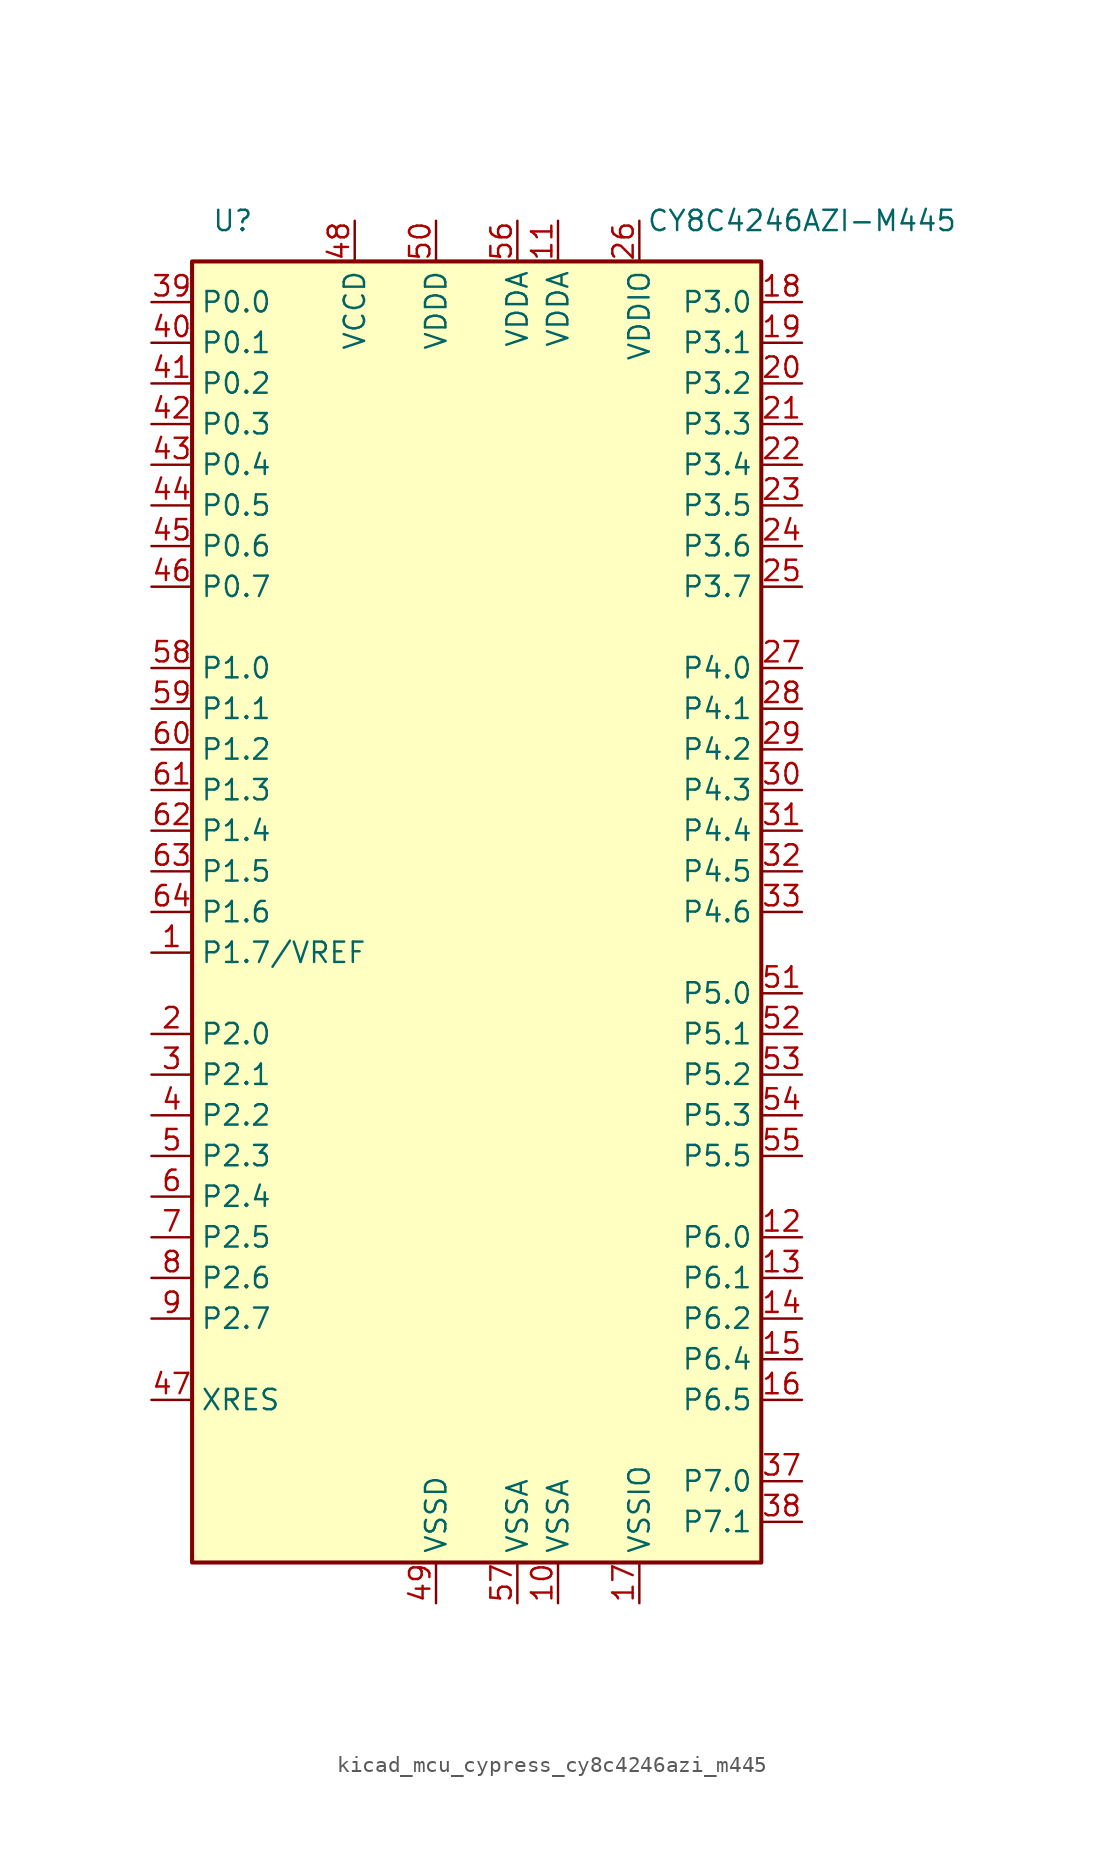
<source format=kicad_sym>
(kicad_symbol_lib
  (version 20220914)
  (generator kicad_symbol_editor)
  (symbol "kicad_mcu_cypress_cy8c4246azi_m445"
    (property "Reference" "U"
      (at -15.24 43.18 0)
      (effects (font (size 1.27 1.27))))
    (property "Value" "CY8C4246AZI-M445"
      (at 20.32 43.18 0)
      (effects (font (size 1.27 1.27))))
    (symbol "kicad_mcu_cypress_cy8c4246azi_m445_0_1"
      (rectangle (start -17.78 40.64) (end 17.78 -40.64) (stroke (width 0.254) (type default)) (fill (type background))))
    (symbol "kicad_mcu_cypress_cy8c4246azi_m445_1_1"
      (pin bidirectional line (at -20.32 -2.54 0) (length 2.54) (name "P1.7/VREF" (effects (font (size 1.27 1.27)))) (number "1" (effects (font (size 1.27 1.27)))))
      (pin power_in line (at 5.08 -43.18 90) (length 2.54) (name "VSSA" (effects (font (size 1.27 1.27)))) (number "10" (effects (font (size 1.27 1.27)))))
      (pin power_in line (at 5.08 43.18 270) (length 2.54) (name "VDDA" (effects (font (size 1.27 1.27)))) (number "11" (effects (font (size 1.27 1.27)))))
      (pin bidirectional line (at 20.32 -20.32 180) (length 2.54) (name "P6.0" (effects (font (size 1.27 1.27)))) (number "12" (effects (font (size 1.27 1.27)))))
      (pin bidirectional line (at 20.32 -22.86 180) (length 2.54) (name "P6.1" (effects (font (size 1.27 1.27)))) (number "13" (effects (font (size 1.27 1.27)))))
      (pin bidirectional line (at 20.32 -25.4 180) (length 2.54) (name "P6.2" (effects (font (size 1.27 1.27)))) (number "14" (effects (font (size 1.27 1.27)))))
      (pin bidirectional line (at 20.32 -27.94 180) (length 2.54) (name "P6.4" (effects (font (size 1.27 1.27)))) (number "15" (effects (font (size 1.27 1.27)))))
      (pin bidirectional line (at 20.32 -30.48 180) (length 2.54) (name "P6.5" (effects (font (size 1.27 1.27)))) (number "16" (effects (font (size 1.27 1.27)))))
      (pin power_in line (at 10.16 -43.18 90) (length 2.54) (name "VSSIO" (effects (font (size 1.27 1.27)))) (number "17" (effects (font (size 1.27 1.27)))))
      (pin bidirectional line (at 20.32 38.1 180) (length 2.54) (name "P3.0" (effects (font (size 1.27 1.27)))) (number "18" (effects (font (size 1.27 1.27)))))
      (pin bidirectional line (at 20.32 35.56 180) (length 2.54) (name "P3.1" (effects (font (size 1.27 1.27)))) (number "19" (effects (font (size 1.27 1.27)))))
      (pin bidirectional line (at -20.32 -7.62 0) (length 2.54) (name "P2.0" (effects (font (size 1.27 1.27)))) (number "2" (effects (font (size 1.27 1.27)))))
      (pin bidirectional line (at 20.32 33.02 180) (length 2.54) (name "P3.2" (effects (font (size 1.27 1.27)))) (number "20" (effects (font (size 1.27 1.27)))))
      (pin bidirectional line (at 20.32 30.48 180) (length 2.54) (name "P3.3" (effects (font (size 1.27 1.27)))) (number "21" (effects (font (size 1.27 1.27)))))
      (pin bidirectional line (at 20.32 27.94 180) (length 2.54) (name "P3.4" (effects (font (size 1.27 1.27)))) (number "22" (effects (font (size 1.27 1.27)))))
      (pin bidirectional line (at 20.32 25.4 180) (length 2.54) (name "P3.5" (effects (font (size 1.27 1.27)))) (number "23" (effects (font (size 1.27 1.27)))))
      (pin bidirectional line (at 20.32 22.86 180) (length 2.54) (name "P3.6" (effects (font (size 1.27 1.27)))) (number "24" (effects (font (size 1.27 1.27)))))
      (pin bidirectional line (at 20.32 20.32 180) (length 2.54) (name "P3.7" (effects (font (size 1.27 1.27)))) (number "25" (effects (font (size 1.27 1.27)))))
      (pin power_in line (at 10.16 43.18 270) (length 2.54) (name "VDDIO" (effects (font (size 1.27 1.27)))) (number "26" (effects (font (size 1.27 1.27)))))
      (pin bidirectional line (at 20.32 15.24 180) (length 2.54) (name "P4.0" (effects (font (size 1.27 1.27)))) (number "27" (effects (font (size 1.27 1.27)))))
      (pin bidirectional line (at 20.32 12.7 180) (length 2.54) (name "P4.1" (effects (font (size 1.27 1.27)))) (number "28" (effects (font (size 1.27 1.27)))))
      (pin bidirectional line (at 20.32 10.16 180) (length 2.54) (name "P4.2" (effects (font (size 1.27 1.27)))) (number "29" (effects (font (size 1.27 1.27)))))
      (pin bidirectional line (at -20.32 -10.16 0) (length 2.54) (name "P2.1" (effects (font (size 1.27 1.27)))) (number "3" (effects (font (size 1.27 1.27)))))
      (pin bidirectional line (at 20.32 7.62 180) (length 2.54) (name "P4.3" (effects (font (size 1.27 1.27)))) (number "30" (effects (font (size 1.27 1.27)))))
      (pin bidirectional line (at 20.32 5.08 180) (length 2.54) (name "P4.4" (effects (font (size 1.27 1.27)))) (number "31" (effects (font (size 1.27 1.27)))))
      (pin bidirectional line (at 20.32 2.54 180) (length 2.54) (name "P4.5" (effects (font (size 1.27 1.27)))) (number "32" (effects (font (size 1.27 1.27)))))
      (pin bidirectional line (at 20.32 0 180) (length 2.54) (name "P4.6" (effects (font (size 1.27 1.27)))) (number "33" (effects (font (size 1.27 1.27)))))
      (pin bidirectional line (at 20.32 -35.56 180) (length 2.54) (name "P7.0" (effects (font (size 1.27 1.27)))) (number "37" (effects (font (size 1.27 1.27)))))
      (pin bidirectional line (at 20.32 -38.1 180) (length 2.54) (name "P7.1" (effects (font (size 1.27 1.27)))) (number "38" (effects (font (size 1.27 1.27)))))
      (pin bidirectional line (at -20.32 38.1 0) (length 2.54) (name "P0.0" (effects (font (size 1.27 1.27)))) (number "39" (effects (font (size 1.27 1.27)))))
      (pin bidirectional line (at -20.32 -12.7 0) (length 2.54) (name "P2.2" (effects (font (size 1.27 1.27)))) (number "4" (effects (font (size 1.27 1.27)))))
      (pin bidirectional line (at -20.32 35.56 0) (length 2.54) (name "P0.1" (effects (font (size 1.27 1.27)))) (number "40" (effects (font (size 1.27 1.27)))))
      (pin bidirectional line (at -20.32 33.02 0) (length 2.54) (name "P0.2" (effects (font (size 1.27 1.27)))) (number "41" (effects (font (size 1.27 1.27)))))
      (pin bidirectional line (at -20.32 30.48 0) (length 2.54) (name "P0.3" (effects (font (size 1.27 1.27)))) (number "42" (effects (font (size 1.27 1.27)))))
      (pin bidirectional line (at -20.32 27.94 0) (length 2.54) (name "P0.4" (effects (font (size 1.27 1.27)))) (number "43" (effects (font (size 1.27 1.27)))))
      (pin bidirectional line (at -20.32 25.4 0) (length 2.54) (name "P0.5" (effects (font (size 1.27 1.27)))) (number "44" (effects (font (size 1.27 1.27)))))
      (pin bidirectional line (at -20.32 22.86 0) (length 2.54) (name "P0.6" (effects (font (size 1.27 1.27)))) (number "45" (effects (font (size 1.27 1.27)))))
      (pin bidirectional line (at -20.32 20.32 0) (length 2.54) (name "P0.7" (effects (font (size 1.27 1.27)))) (number "46" (effects (font (size 1.27 1.27)))))
      (pin input line (at -20.32 -30.48 0) (length 2.54) (name "XRES" (effects (font (size 1.27 1.27)))) (number "47" (effects (font (size 1.27 1.27)))))
      (pin power_out line (at -7.62 43.18 270) (length 2.54) (name "VCCD" (effects (font (size 1.27 1.27)))) (number "48" (effects (font (size 1.27 1.27)))))
      (pin power_in line (at -2.54 -43.18 90) (length 2.54) (name "VSSD" (effects (font (size 1.27 1.27)))) (number "49" (effects (font (size 1.27 1.27)))))
      (pin bidirectional line (at -20.32 -15.24 0) (length 2.54) (name "P2.3" (effects (font (size 1.27 1.27)))) (number "5" (effects (font (size 1.27 1.27)))))
      (pin power_in line (at -2.54 43.18 270) (length 2.54) (name "VDDD" (effects (font (size 1.27 1.27)))) (number "50" (effects (font (size 1.27 1.27)))))
      (pin bidirectional line (at 20.32 -5.08 180) (length 2.54) (name "P5.0" (effects (font (size 1.27 1.27)))) (number "51" (effects (font (size 1.27 1.27)))))
      (pin bidirectional line (at 20.32 -7.62 180) (length 2.54) (name "P5.1" (effects (font (size 1.27 1.27)))) (number "52" (effects (font (size 1.27 1.27)))))
      (pin bidirectional line (at 20.32 -10.16 180) (length 2.54) (name "P5.2" (effects (font (size 1.27 1.27)))) (number "53" (effects (font (size 1.27 1.27)))))
      (pin bidirectional line (at 20.32 -12.7 180) (length 2.54) (name "P5.3" (effects (font (size 1.27 1.27)))) (number "54" (effects (font (size 1.27 1.27)))))
      (pin bidirectional line (at 20.32 -15.24 180) (length 2.54) (name "P5.5" (effects (font (size 1.27 1.27)))) (number "55" (effects (font (size 1.27 1.27)))))
      (pin power_in line (at 2.54 43.18 270) (length 2.54) (name "VDDA" (effects (font (size 1.27 1.27)))) (number "56" (effects (font (size 1.27 1.27)))))
      (pin power_in line (at 2.54 -43.18 90) (length 2.54) (name "VSSA" (effects (font (size 1.27 1.27)))) (number "57" (effects (font (size 1.27 1.27)))))
      (pin bidirectional line (at -20.32 15.24 0) (length 2.54) (name "P1.0" (effects (font (size 1.27 1.27)))) (number "58" (effects (font (size 1.27 1.27)))))
      (pin bidirectional line (at -20.32 12.7 0) (length 2.54) (name "P1.1" (effects (font (size 1.27 1.27)))) (number "59" (effects (font (size 1.27 1.27)))))
      (pin bidirectional line (at -20.32 -17.78 0) (length 2.54) (name "P2.4" (effects (font (size 1.27 1.27)))) (number "6" (effects (font (size 1.27 1.27)))))
      (pin bidirectional line (at -20.32 10.16 0) (length 2.54) (name "P1.2" (effects (font (size 1.27 1.27)))) (number "60" (effects (font (size 1.27 1.27)))))
      (pin bidirectional line (at -20.32 7.62 0) (length 2.54) (name "P1.3" (effects (font (size 1.27 1.27)))) (number "61" (effects (font (size 1.27 1.27)))))
      (pin bidirectional line (at -20.32 5.08 0) (length 2.54) (name "P1.4" (effects (font (size 1.27 1.27)))) (number "62" (effects (font (size 1.27 1.27)))))
      (pin bidirectional line (at -20.32 2.54 0) (length 2.54) (name "P1.5" (effects (font (size 1.27 1.27)))) (number "63" (effects (font (size 1.27 1.27)))))
      (pin bidirectional line (at -20.32 0 0) (length 2.54) (name "P1.6" (effects (font (size 1.27 1.27)))) (number "64" (effects (font (size 1.27 1.27)))))
      (pin bidirectional line (at -20.32 -20.32 0) (length 2.54) (name "P2.5" (effects (font (size 1.27 1.27)))) (number "7" (effects (font (size 1.27 1.27)))))
      (pin bidirectional line (at -20.32 -22.86 0) (length 2.54) (name "P2.6" (effects (font (size 1.27 1.27)))) (number "8" (effects (font (size 1.27 1.27)))))
      (pin bidirectional line (at -20.32 -25.4 0) (length 2.54) (name "P2.7" (effects (font (size 1.27 1.27)))) (number "9" (effects (font (size 1.27 1.27))))))))
</source>
